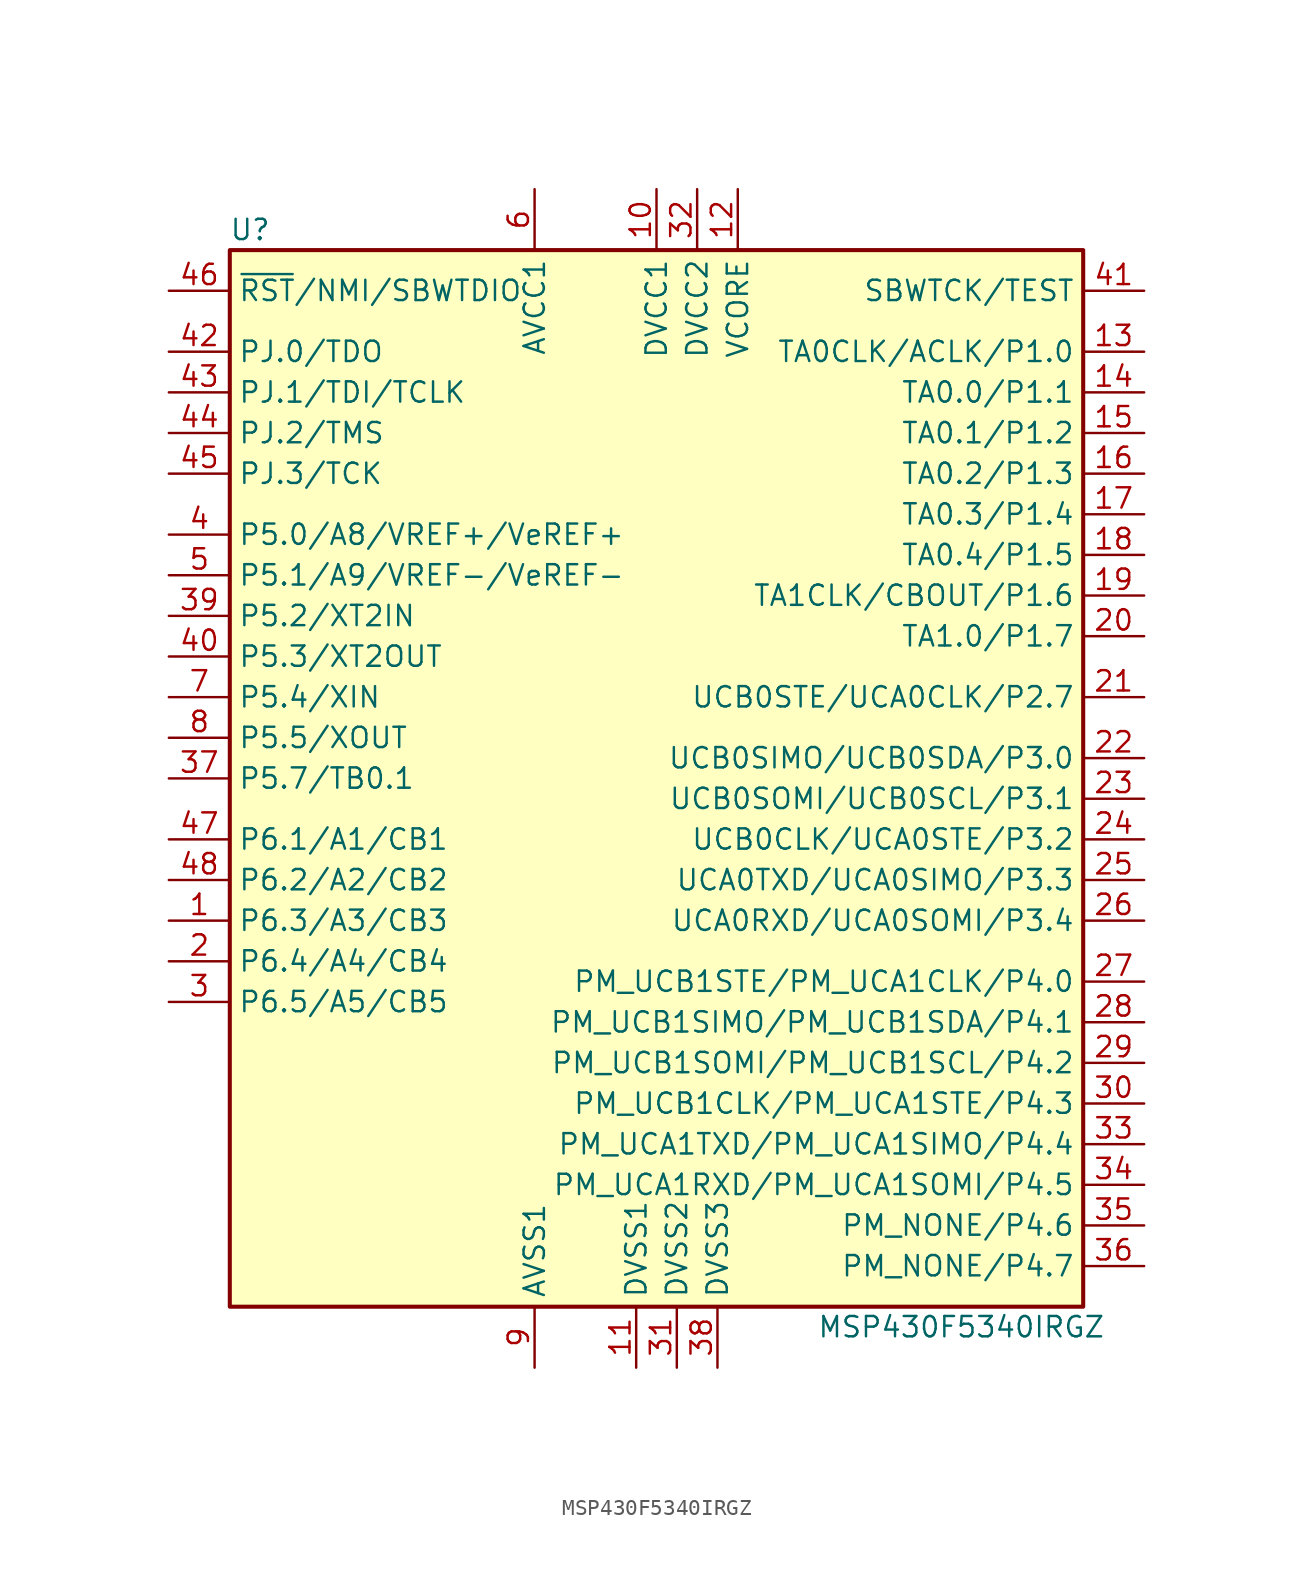
<source format=kicad_sym>
(kicad_symbol_lib
  (version 20211014)
  (generator kicad_symbol_editor)
  (symbol "MSP430F5340IRGZ"
    (property "Reference" "U"
      (at -26.67 34.29 0)
      (effects (font (size 1.27 1.27))))
    (property "Value" "MSP430F5340IRGZ"
      (at 17.78 -34.29 0)
      (effects (font (size 1.27 1.27))))
    (symbol "MSP430F5340IRGZ_0_1"
      (rectangle (start -27.94 33.02) (end 25.4 -33.02) (stroke (width 0.254) (type default) (color 0 0 0 0)) (fill (type background))))
    (symbol "MSP430F5340IRGZ_1_1"
      (pin bidirectional line (at -31.75 -8.89 0) (length 3.81) (name "P6.3/A3/CB3" (effects (font (size 1.27 1.27)))) (number "1" (effects (font (size 1.27 1.27)))))
      (pin power_in line (at -1.27 36.83 270) (length 3.81) (name "DVCC1" (effects (font (size 1.27 1.27)))) (number "10" (effects (font (size 1.27 1.27)))))
      (pin power_in line (at -2.54 -36.83 90) (length 3.81) (name "DVSS1" (effects (font (size 1.27 1.27)))) (number "11" (effects (font (size 1.27 1.27)))))
      (pin passive line (at 3.81 36.83 270) (length 3.81) (name "VCORE" (effects (font (size 1.27 1.27)))) (number "12" (effects (font (size 1.27 1.27)))))
      (pin bidirectional line (at 29.21 26.67 180) (length 3.81) (name "TA0CLK/ACLK/P1.0" (effects (font (size 1.27 1.27)))) (number "13" (effects (font (size 1.27 1.27)))))
      (pin bidirectional line (at 29.21 24.13 180) (length 3.81) (name "TA0.0/P1.1" (effects (font (size 1.27 1.27)))) (number "14" (effects (font (size 1.27 1.27)))))
      (pin bidirectional line (at 29.21 21.59 180) (length 3.81) (name "TA0.1/P1.2" (effects (font (size 1.27 1.27)))) (number "15" (effects (font (size 1.27 1.27)))))
      (pin bidirectional line (at 29.21 19.05 180) (length 3.81) (name "TA0.2/P1.3" (effects (font (size 1.27 1.27)))) (number "16" (effects (font (size 1.27 1.27)))))
      (pin bidirectional line (at 29.21 16.51 180) (length 3.81) (name "TA0.3/P1.4" (effects (font (size 1.27 1.27)))) (number "17" (effects (font (size 1.27 1.27)))))
      (pin bidirectional line (at 29.21 13.97 180) (length 3.81) (name "TA0.4/P1.5" (effects (font (size 1.27 1.27)))) (number "18" (effects (font (size 1.27 1.27)))))
      (pin bidirectional line (at 29.21 11.43 180) (length 3.81) (name "TA1CLK/CBOUT/P1.6" (effects (font (size 1.27 1.27)))) (number "19" (effects (font (size 1.27 1.27)))))
      (pin bidirectional line (at -31.75 -11.43 0) (length 3.81) (name "P6.4/A4/CB4" (effects (font (size 1.27 1.27)))) (number "2" (effects (font (size 1.27 1.27)))))
      (pin bidirectional line (at 29.21 8.89 180) (length 3.81) (name "TA1.0/P1.7" (effects (font (size 1.27 1.27)))) (number "20" (effects (font (size 1.27 1.27)))))
      (pin bidirectional line (at 29.21 5.08 180) (length 3.81) (name "UCB0STE/UCA0CLK/P2.7" (effects (font (size 1.27 1.27)))) (number "21" (effects (font (size 1.27 1.27)))))
      (pin bidirectional line (at 29.21 1.27 180) (length 3.81) (name "UCB0SIMO/UCB0SDA/P3.0" (effects (font (size 1.27 1.27)))) (number "22" (effects (font (size 1.27 1.27)))))
      (pin bidirectional line (at 29.21 -1.27 180) (length 3.81) (name "UCB0SOMI/UCB0SCL/P3.1" (effects (font (size 1.27 1.27)))) (number "23" (effects (font (size 1.27 1.27)))))
      (pin bidirectional line (at 29.21 -3.81 180) (length 3.81) (name "UCB0CLK/UCA0STE/P3.2" (effects (font (size 1.27 1.27)))) (number "24" (effects (font (size 1.27 1.27)))))
      (pin bidirectional line (at 29.21 -6.35 180) (length 3.81) (name "UCA0TXD/UCA0SIMO/P3.3" (effects (font (size 1.27 1.27)))) (number "25" (effects (font (size 1.27 1.27)))))
      (pin bidirectional line (at 29.21 -8.89 180) (length 3.81) (name "UCA0RXD/UCA0SOMI/P3.4" (effects (font (size 1.27 1.27)))) (number "26" (effects (font (size 1.27 1.27)))))
      (pin bidirectional line (at 29.21 -12.7 180) (length 3.81) (name "PM_UCB1STE/PM_UCA1CLK/P4.0" (effects (font (size 1.27 1.27)))) (number "27" (effects (font (size 1.27 1.27)))))
      (pin bidirectional line (at 29.21 -15.24 180) (length 3.81) (name "PM_UCB1SIMO/PM_UCB1SDA/P4.1" (effects (font (size 1.27 1.27)))) (number "28" (effects (font (size 1.27 1.27)))))
      (pin bidirectional line (at 29.21 -17.78 180) (length 3.81) (name "PM_UCB1SOMI/PM_UCB1SCL/P4.2" (effects (font (size 1.27 1.27)))) (number "29" (effects (font (size 1.27 1.27)))))
      (pin bidirectional line (at -31.75 -13.97 0) (length 3.81) (name "P6.5/A5/CB5" (effects (font (size 1.27 1.27)))) (number "3" (effects (font (size 1.27 1.27)))))
      (pin bidirectional line (at 29.21 -20.32 180) (length 3.81) (name "PM_UCB1CLK/PM_UCA1STE/P4.3" (effects (font (size 1.27 1.27)))) (number "30" (effects (font (size 1.27 1.27)))))
      (pin power_in line (at 0 -36.83 90) (length 3.81) (name "DVSS2" (effects (font (size 1.27 1.27)))) (number "31" (effects (font (size 1.27 1.27)))))
      (pin power_in line (at 1.27 36.83 270) (length 3.81) (name "DVCC2" (effects (font (size 1.27 1.27)))) (number "32" (effects (font (size 1.27 1.27)))))
      (pin bidirectional line (at 29.21 -22.86 180) (length 3.81) (name "PM_UCA1TXD/PM_UCA1SIMO/P4.4" (effects (font (size 1.27 1.27)))) (number "33" (effects (font (size 1.27 1.27)))))
      (pin bidirectional line (at 29.21 -25.4 180) (length 3.81) (name "PM_UCA1RXD/PM_UCA1SOMI/P4.5" (effects (font (size 1.27 1.27)))) (number "34" (effects (font (size 1.27 1.27)))))
      (pin bidirectional line (at 29.21 -27.94 180) (length 3.81) (name "PM_NONE/P4.6" (effects (font (size 1.27 1.27)))) (number "35" (effects (font (size 1.27 1.27)))))
      (pin bidirectional line (at 29.21 -30.48 180) (length 3.81) (name "PM_NONE/P4.7" (effects (font (size 1.27 1.27)))) (number "36" (effects (font (size 1.27 1.27)))))
      (pin bidirectional line (at -31.75 0 0) (length 3.81) (name "P5.7/TB0.1" (effects (font (size 1.27 1.27)))) (number "37" (effects (font (size 1.27 1.27)))))
      (pin power_in line (at 2.54 -36.83 90) (length 3.81) (name "DVSS3" (effects (font (size 1.27 1.27)))) (number "38" (effects (font (size 1.27 1.27)))))
      (pin bidirectional line (at -31.75 10.16 0) (length 3.81) (name "P5.2/XT2IN" (effects (font (size 1.27 1.27)))) (number "39" (effects (font (size 1.27 1.27)))))
      (pin bidirectional line (at -31.75 15.24 0) (length 3.81) (name "P5.0/A8/VREF+/VeREF+" (effects (font (size 1.27 1.27)))) (number "4" (effects (font (size 1.27 1.27)))))
      (pin bidirectional line (at -31.75 7.62 0) (length 3.81) (name "P5.3/XT2OUT" (effects (font (size 1.27 1.27)))) (number "40" (effects (font (size 1.27 1.27)))))
      (pin input line (at 29.21 30.48 180) (length 3.81) (name "SBWTCK/TEST" (effects (font (size 1.27 1.27)))) (number "41" (effects (font (size 1.27 1.27)))))
      (pin bidirectional line (at -31.75 26.67 0) (length 3.81) (name "PJ.0/TDO" (effects (font (size 1.27 1.27)))) (number "42" (effects (font (size 1.27 1.27)))))
      (pin bidirectional line (at -31.75 24.13 0) (length 3.81) (name "PJ.1/TDI/TCLK" (effects (font (size 1.27 1.27)))) (number "43" (effects (font (size 1.27 1.27)))))
      (pin bidirectional line (at -31.75 21.59 0) (length 3.81) (name "PJ.2/TMS" (effects (font (size 1.27 1.27)))) (number "44" (effects (font (size 1.27 1.27)))))
      (pin bidirectional line (at -31.75 19.05 0) (length 3.81) (name "PJ.3/TCK" (effects (font (size 1.27 1.27)))) (number "45" (effects (font (size 1.27 1.27)))))
      (pin input line (at -31.75 30.48 0) (length 3.81) (name "~{RST}/NMI/SBWTDIO" (effects (font (size 1.27 1.27)))) (number "46" (effects (font (size 1.27 1.27)))))
      (pin bidirectional line (at -31.75 -3.81 0) (length 3.81) (name "P6.1/A1/CB1" (effects (font (size 1.27 1.27)))) (number "47" (effects (font (size 1.27 1.27)))))
      (pin bidirectional line (at -31.75 -6.35 0) (length 3.81) (name "P6.2/A2/CB2" (effects (font (size 1.27 1.27)))) (number "48" (effects (font (size 1.27 1.27)))))
      (pin bidirectional line (at -31.75 12.7 0) (length 3.81) (name "P5.1/A9/VREF-/VeREF-" (effects (font (size 1.27 1.27)))) (number "5" (effects (font (size 1.27 1.27)))))
      (pin power_in line (at -8.89 36.83 270) (length 3.81) (name "AVCC1" (effects (font (size 1.27 1.27)))) (number "6" (effects (font (size 1.27 1.27)))))
      (pin bidirectional line (at -31.75 5.08 0) (length 3.81) (name "P5.4/XIN" (effects (font (size 1.27 1.27)))) (number "7" (effects (font (size 1.27 1.27)))))
      (pin bidirectional line (at -31.75 2.54 0) (length 3.81) (name "P5.5/XOUT" (effects (font (size 1.27 1.27)))) (number "8" (effects (font (size 1.27 1.27)))))
      (pin power_in line (at -8.89 -36.83 90) (length 3.81) (name "AVSS1" (effects (font (size 1.27 1.27)))) (number "9" (effects (font (size 1.27 1.27))))))))
</source>
